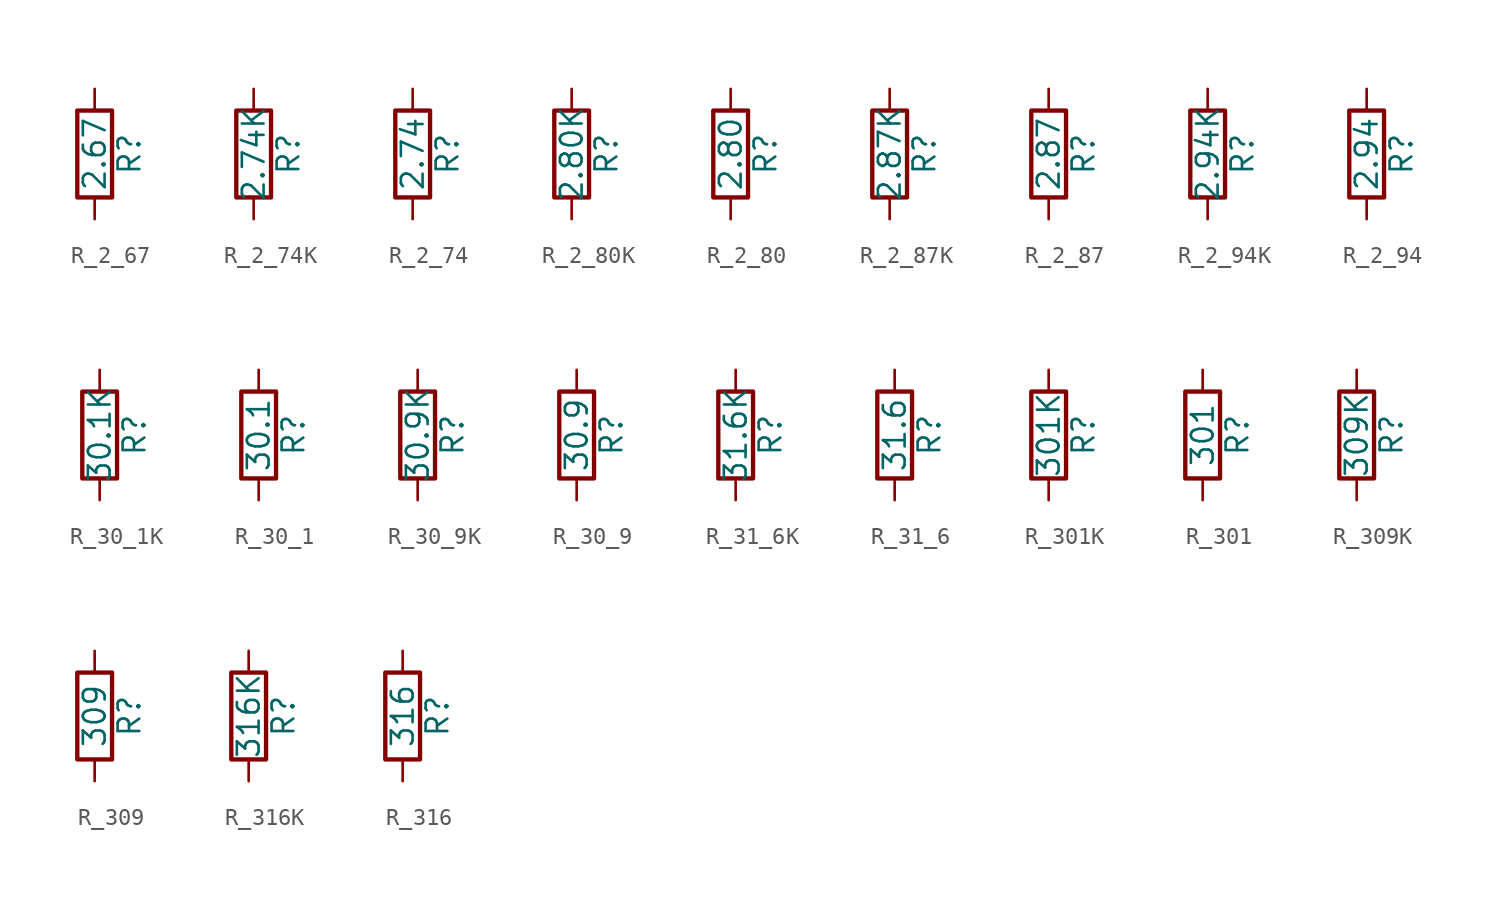
<source format=kicad_sym>
(kicad_symbol_lib
  (version 20211014)
  (generator atlantix-eda)
  (symbol "R_2_67"
    (pin_numbers hide)
    (pin_names
      (offset 0))
    (property "Reference" "R"
      (at 2.032 0 90)
      (effects (font (size 1.27 1.27))))
    (property "Value" "2.67"
      (at 0 0 90)
      (effects (font (size 1.27 1.27))))
    (symbol "R_2_67_0_1"
      (rectangle (start -1.016 -2.54) (end 1.016 2.54) (stroke (width 0.254) (type default) (color 0 0 0 0)) (fill (type none))))
    (symbol "R_2_67_1_1"
      (pin passive line (at 0 3.81 270) (length 1.27) (name "~" (effects (font (size 1.27 1.27)))) (number "1" (effects (font (size 1.27 1.27)))))
      (pin passive line (at 0 -3.81 90) (length 1.27) (name "~" (effects (font (size 1.27 1.27)))) (number "2" (effects (font (size 1.27 1.27)))))))
  (symbol "R_2_74K"
    (pin_numbers hide)
    (pin_names
      (offset 0))
    (property "Reference" "R"
      (at 2.032 0 90)
      (effects (font (size 1.27 1.27))))
    (property "Value" "2.74K"
      (at 0 0 90)
      (effects (font (size 1.27 1.27))))
    (symbol "R_2_74K_0_1"
      (rectangle (start -1.016 -2.54) (end 1.016 2.54) (stroke (width 0.254) (type default) (color 0 0 0 0)) (fill (type none))))
    (symbol "R_2_74K_1_1"
      (pin passive line (at 0 3.81 270) (length 1.27) (name "~" (effects (font (size 1.27 1.27)))) (number "1" (effects (font (size 1.27 1.27)))))
      (pin passive line (at 0 -3.81 90) (length 1.27) (name "~" (effects (font (size 1.27 1.27)))) (number "2" (effects (font (size 1.27 1.27)))))))
  (symbol "R_2_74"
    (pin_numbers hide)
    (pin_names
      (offset 0))
    (property "Reference" "R"
      (at 2.032 0 90)
      (effects (font (size 1.27 1.27))))
    (property "Value" "2.74"
      (at 0 0 90)
      (effects (font (size 1.27 1.27))))
    (symbol "R_2_74_0_1"
      (rectangle (start -1.016 -2.54) (end 1.016 2.54) (stroke (width 0.254) (type default) (color 0 0 0 0)) (fill (type none))))
    (symbol "R_2_74_1_1"
      (pin passive line (at 0 3.81 270) (length 1.27) (name "~" (effects (font (size 1.27 1.27)))) (number "1" (effects (font (size 1.27 1.27)))))
      (pin passive line (at 0 -3.81 90) (length 1.27) (name "~" (effects (font (size 1.27 1.27)))) (number "2" (effects (font (size 1.27 1.27)))))))
  (symbol "R_2_80K"
    (pin_numbers hide)
    (pin_names
      (offset 0))
    (property "Reference" "R"
      (at 2.032 0 90)
      (effects (font (size 1.27 1.27))))
    (property "Value" "2.80K"
      (at 0 0 90)
      (effects (font (size 1.27 1.27))))
    (symbol "R_2_80K_0_1"
      (rectangle (start -1.016 -2.54) (end 1.016 2.54) (stroke (width 0.254) (type default) (color 0 0 0 0)) (fill (type none))))
    (symbol "R_2_80K_1_1"
      (pin passive line (at 0 3.81 270) (length 1.27) (name "~" (effects (font (size 1.27 1.27)))) (number "1" (effects (font (size 1.27 1.27)))))
      (pin passive line (at 0 -3.81 90) (length 1.27) (name "~" (effects (font (size 1.27 1.27)))) (number "2" (effects (font (size 1.27 1.27)))))))
  (symbol "R_2_80"
    (pin_numbers hide)
    (pin_names
      (offset 0))
    (property "Reference" "R"
      (at 2.032 0 90)
      (effects (font (size 1.27 1.27))))
    (property "Value" "2.80"
      (at 0 0 90)
      (effects (font (size 1.27 1.27))))
    (symbol "R_2_80_0_1"
      (rectangle (start -1.016 -2.54) (end 1.016 2.54) (stroke (width 0.254) (type default) (color 0 0 0 0)) (fill (type none))))
    (symbol "R_2_80_1_1"
      (pin passive line (at 0 3.81 270) (length 1.27) (name "~" (effects (font (size 1.27 1.27)))) (number "1" (effects (font (size 1.27 1.27)))))
      (pin passive line (at 0 -3.81 90) (length 1.27) (name "~" (effects (font (size 1.27 1.27)))) (number "2" (effects (font (size 1.27 1.27)))))))
  (symbol "R_2_87K"
    (pin_numbers hide)
    (pin_names
      (offset 0))
    (property "Reference" "R"
      (at 2.032 0 90)
      (effects (font (size 1.27 1.27))))
    (property "Value" "2.87K"
      (at 0 0 90)
      (effects (font (size 1.27 1.27))))
    (symbol "R_2_87K_0_1"
      (rectangle (start -1.016 -2.54) (end 1.016 2.54) (stroke (width 0.254) (type default) (color 0 0 0 0)) (fill (type none))))
    (symbol "R_2_87K_1_1"
      (pin passive line (at 0 3.81 270) (length 1.27) (name "~" (effects (font (size 1.27 1.27)))) (number "1" (effects (font (size 1.27 1.27)))))
      (pin passive line (at 0 -3.81 90) (length 1.27) (name "~" (effects (font (size 1.27 1.27)))) (number "2" (effects (font (size 1.27 1.27)))))))
  (symbol "R_2_87"
    (pin_numbers hide)
    (pin_names
      (offset 0))
    (property "Reference" "R"
      (at 2.032 0 90)
      (effects (font (size 1.27 1.27))))
    (property "Value" "2.87"
      (at 0 0 90)
      (effects (font (size 1.27 1.27))))
    (symbol "R_2_87_0_1"
      (rectangle (start -1.016 -2.54) (end 1.016 2.54) (stroke (width 0.254) (type default) (color 0 0 0 0)) (fill (type none))))
    (symbol "R_2_87_1_1"
      (pin passive line (at 0 3.81 270) (length 1.27) (name "~" (effects (font (size 1.27 1.27)))) (number "1" (effects (font (size 1.27 1.27)))))
      (pin passive line (at 0 -3.81 90) (length 1.27) (name "~" (effects (font (size 1.27 1.27)))) (number "2" (effects (font (size 1.27 1.27)))))))
  (symbol "R_2_94K"
    (pin_numbers hide)
    (pin_names
      (offset 0))
    (property "Reference" "R"
      (at 2.032 0 90)
      (effects (font (size 1.27 1.27))))
    (property "Value" "2.94K"
      (at 0 0 90)
      (effects (font (size 1.27 1.27))))
    (symbol "R_2_94K_0_1"
      (rectangle (start -1.016 -2.54) (end 1.016 2.54) (stroke (width 0.254) (type default) (color 0 0 0 0)) (fill (type none))))
    (symbol "R_2_94K_1_1"
      (pin passive line (at 0 3.81 270) (length 1.27) (name "~" (effects (font (size 1.27 1.27)))) (number "1" (effects (font (size 1.27 1.27)))))
      (pin passive line (at 0 -3.81 90) (length 1.27) (name "~" (effects (font (size 1.27 1.27)))) (number "2" (effects (font (size 1.27 1.27)))))))
  (symbol "R_2_94"
    (pin_numbers hide)
    (pin_names
      (offset 0))
    (property "Reference" "R"
      (at 2.032 0 90)
      (effects (font (size 1.27 1.27))))
    (property "Value" "2.94"
      (at 0 0 90)
      (effects (font (size 1.27 1.27))))
    (symbol "R_2_94_0_1"
      (rectangle (start -1.016 -2.54) (end 1.016 2.54) (stroke (width 0.254) (type default) (color 0 0 0 0)) (fill (type none))))
    (symbol "R_2_94_1_1"
      (pin passive line (at 0 3.81 270) (length 1.27) (name "~" (effects (font (size 1.27 1.27)))) (number "1" (effects (font (size 1.27 1.27)))))
      (pin passive line (at 0 -3.81 90) (length 1.27) (name "~" (effects (font (size 1.27 1.27)))) (number "2" (effects (font (size 1.27 1.27)))))))
  (symbol "R_30_1K"
    (pin_numbers hide)
    (pin_names
      (offset 0))
    (property "Reference" "R"
      (at 2.032 0 90)
      (effects (font (size 1.27 1.27))))
    (property "Value" "30.1K"
      (at 0 0 90)
      (effects (font (size 1.27 1.27))))
    (symbol "R_30_1K_0_1"
      (rectangle (start -1.016 -2.54) (end 1.016 2.54) (stroke (width 0.254) (type default) (color 0 0 0 0)) (fill (type none))))
    (symbol "R_30_1K_1_1"
      (pin passive line (at 0 3.81 270) (length 1.27) (name "~" (effects (font (size 1.27 1.27)))) (number "1" (effects (font (size 1.27 1.27)))))
      (pin passive line (at 0 -3.81 90) (length 1.27) (name "~" (effects (font (size 1.27 1.27)))) (number "2" (effects (font (size 1.27 1.27)))))))
  (symbol "R_30_1"
    (pin_numbers hide)
    (pin_names
      (offset 0))
    (property "Reference" "R"
      (at 2.032 0 90)
      (effects (font (size 1.27 1.27))))
    (property "Value" "30.1"
      (at 0 0 90)
      (effects (font (size 1.27 1.27))))
    (symbol "R_30_1_0_1"
      (rectangle (start -1.016 -2.54) (end 1.016 2.54) (stroke (width 0.254) (type default) (color 0 0 0 0)) (fill (type none))))
    (symbol "R_30_1_1_1"
      (pin passive line (at 0 3.81 270) (length 1.27) (name "~" (effects (font (size 1.27 1.27)))) (number "1" (effects (font (size 1.27 1.27)))))
      (pin passive line (at 0 -3.81 90) (length 1.27) (name "~" (effects (font (size 1.27 1.27)))) (number "2" (effects (font (size 1.27 1.27)))))))
  (symbol "R_30_9K"
    (pin_numbers hide)
    (pin_names
      (offset 0))
    (property "Reference" "R"
      (at 2.032 0 90)
      (effects (font (size 1.27 1.27))))
    (property "Value" "30.9K"
      (at 0 0 90)
      (effects (font (size 1.27 1.27))))
    (symbol "R_30_9K_0_1"
      (rectangle (start -1.016 -2.54) (end 1.016 2.54) (stroke (width 0.254) (type default) (color 0 0 0 0)) (fill (type none))))
    (symbol "R_30_9K_1_1"
      (pin passive line (at 0 3.81 270) (length 1.27) (name "~" (effects (font (size 1.27 1.27)))) (number "1" (effects (font (size 1.27 1.27)))))
      (pin passive line (at 0 -3.81 90) (length 1.27) (name "~" (effects (font (size 1.27 1.27)))) (number "2" (effects (font (size 1.27 1.27)))))))
  (symbol "R_30_9"
    (pin_numbers hide)
    (pin_names
      (offset 0))
    (property "Reference" "R"
      (at 2.032 0 90)
      (effects (font (size 1.27 1.27))))
    (property "Value" "30.9"
      (at 0 0 90)
      (effects (font (size 1.27 1.27))))
    (symbol "R_30_9_0_1"
      (rectangle (start -1.016 -2.54) (end 1.016 2.54) (stroke (width 0.254) (type default) (color 0 0 0 0)) (fill (type none))))
    (symbol "R_30_9_1_1"
      (pin passive line (at 0 3.81 270) (length 1.27) (name "~" (effects (font (size 1.27 1.27)))) (number "1" (effects (font (size 1.27 1.27)))))
      (pin passive line (at 0 -3.81 90) (length 1.27) (name "~" (effects (font (size 1.27 1.27)))) (number "2" (effects (font (size 1.27 1.27)))))))
  (symbol "R_31_6K"
    (pin_numbers hide)
    (pin_names
      (offset 0))
    (property "Reference" "R"
      (at 2.032 0 90)
      (effects (font (size 1.27 1.27))))
    (property "Value" "31.6K"
      (at 0 0 90)
      (effects (font (size 1.27 1.27))))
    (symbol "R_31_6K_0_1"
      (rectangle (start -1.016 -2.54) (end 1.016 2.54) (stroke (width 0.254) (type default) (color 0 0 0 0)) (fill (type none))))
    (symbol "R_31_6K_1_1"
      (pin passive line (at 0 3.81 270) (length 1.27) (name "~" (effects (font (size 1.27 1.27)))) (number "1" (effects (font (size 1.27 1.27)))))
      (pin passive line (at 0 -3.81 90) (length 1.27) (name "~" (effects (font (size 1.27 1.27)))) (number "2" (effects (font (size 1.27 1.27)))))))
  (symbol "R_31_6"
    (pin_numbers hide)
    (pin_names
      (offset 0))
    (property "Reference" "R"
      (at 2.032 0 90)
      (effects (font (size 1.27 1.27))))
    (property "Value" "31.6"
      (at 0 0 90)
      (effects (font (size 1.27 1.27))))
    (symbol "R_31_6_0_1"
      (rectangle (start -1.016 -2.54) (end 1.016 2.54) (stroke (width 0.254) (type default) (color 0 0 0 0)) (fill (type none))))
    (symbol "R_31_6_1_1"
      (pin passive line (at 0 3.81 270) (length 1.27) (name "~" (effects (font (size 1.27 1.27)))) (number "1" (effects (font (size 1.27 1.27)))))
      (pin passive line (at 0 -3.81 90) (length 1.27) (name "~" (effects (font (size 1.27 1.27)))) (number "2" (effects (font (size 1.27 1.27)))))))
  (symbol "R_301K"
    (pin_numbers hide)
    (pin_names
      (offset 0))
    (property "Reference" "R"
      (at 2.032 0 90)
      (effects (font (size 1.27 1.27))))
    (property "Value" "301K"
      (at 0 0 90)
      (effects (font (size 1.27 1.27))))
    (symbol "R_301K_0_1"
      (rectangle (start -1.016 -2.54) (end 1.016 2.54) (stroke (width 0.254) (type default) (color 0 0 0 0)) (fill (type none))))
    (symbol "R_301K_1_1"
      (pin passive line (at 0 3.81 270) (length 1.27) (name "~" (effects (font (size 1.27 1.27)))) (number "1" (effects (font (size 1.27 1.27)))))
      (pin passive line (at 0 -3.81 90) (length 1.27) (name "~" (effects (font (size 1.27 1.27)))) (number "2" (effects (font (size 1.27 1.27)))))))
  (symbol "R_301"
    (pin_numbers hide)
    (pin_names
      (offset 0))
    (property "Reference" "R"
      (at 2.032 0 90)
      (effects (font (size 1.27 1.27))))
    (property "Value" "301"
      (at 0 0 90)
      (effects (font (size 1.27 1.27))))
    (symbol "R_301_0_1"
      (rectangle (start -1.016 -2.54) (end 1.016 2.54) (stroke (width 0.254) (type default) (color 0 0 0 0)) (fill (type none))))
    (symbol "R_301_1_1"
      (pin passive line (at 0 3.81 270) (length 1.27) (name "~" (effects (font (size 1.27 1.27)))) (number "1" (effects (font (size 1.27 1.27)))))
      (pin passive line (at 0 -3.81 90) (length 1.27) (name "~" (effects (font (size 1.27 1.27)))) (number "2" (effects (font (size 1.27 1.27)))))))
  (symbol "R_309K"
    (pin_numbers hide)
    (pin_names
      (offset 0))
    (property "Reference" "R"
      (at 2.032 0 90)
      (effects (font (size 1.27 1.27))))
    (property "Value" "309K"
      (at 0 0 90)
      (effects (font (size 1.27 1.27))))
    (symbol "R_309K_0_1"
      (rectangle (start -1.016 -2.54) (end 1.016 2.54) (stroke (width 0.254) (type default) (color 0 0 0 0)) (fill (type none))))
    (symbol "R_309K_1_1"
      (pin passive line (at 0 3.81 270) (length 1.27) (name "~" (effects (font (size 1.27 1.27)))) (number "1" (effects (font (size 1.27 1.27)))))
      (pin passive line (at 0 -3.81 90) (length 1.27) (name "~" (effects (font (size 1.27 1.27)))) (number "2" (effects (font (size 1.27 1.27)))))))
  (symbol "R_309"
    (pin_numbers hide)
    (pin_names
      (offset 0))
    (property "Reference" "R"
      (at 2.032 0 90)
      (effects (font (size 1.27 1.27))))
    (property "Value" "309"
      (at 0 0 90)
      (effects (font (size 1.27 1.27))))
    (symbol "R_309_0_1"
      (rectangle (start -1.016 -2.54) (end 1.016 2.54) (stroke (width 0.254) (type default) (color 0 0 0 0)) (fill (type none))))
    (symbol "R_309_1_1"
      (pin passive line (at 0 3.81 270) (length 1.27) (name "~" (effects (font (size 1.27 1.27)))) (number "1" (effects (font (size 1.27 1.27)))))
      (pin passive line (at 0 -3.81 90) (length 1.27) (name "~" (effects (font (size 1.27 1.27)))) (number "2" (effects (font (size 1.27 1.27)))))))
  (symbol "R_316K"
    (pin_numbers hide)
    (pin_names
      (offset 0))
    (property "Reference" "R"
      (at 2.032 0 90)
      (effects (font (size 1.27 1.27))))
    (property "Value" "316K"
      (at 0 0 90)
      (effects (font (size 1.27 1.27))))
    (symbol "R_316K_0_1"
      (rectangle (start -1.016 -2.54) (end 1.016 2.54) (stroke (width 0.254) (type default) (color 0 0 0 0)) (fill (type none))))
    (symbol "R_316K_1_1"
      (pin passive line (at 0 3.81 270) (length 1.27) (name "~" (effects (font (size 1.27 1.27)))) (number "1" (effects (font (size 1.27 1.27)))))
      (pin passive line (at 0 -3.81 90) (length 1.27) (name "~" (effects (font (size 1.27 1.27)))) (number "2" (effects (font (size 1.27 1.27)))))))
  (symbol "R_316"
    (pin_numbers hide)
    (pin_names
      (offset 0))
    (property "Reference" "R"
      (at 2.032 0 90)
      (effects (font (size 1.27 1.27))))
    (property "Value" "316"
      (at 0 0 90)
      (effects (font (size 1.27 1.27))))
    (symbol "R_316_0_1"
      (rectangle (start -1.016 -2.54) (end 1.016 2.54) (stroke (width 0.254) (type default) (color 0 0 0 0)) (fill (type none))))
    (symbol "R_316_1_1"
      (pin passive line (at 0 3.81 270) (length 1.27) (name "~" (effects (font (size 1.27 1.27)))) (number "1" (effects (font (size 1.27 1.27)))))
      (pin passive line (at 0 -3.81 90) (length 1.27) (name "~" (effects (font (size 1.27 1.27)))) (number "2" (effects (font (size 1.27 1.27))))))))
</source>
